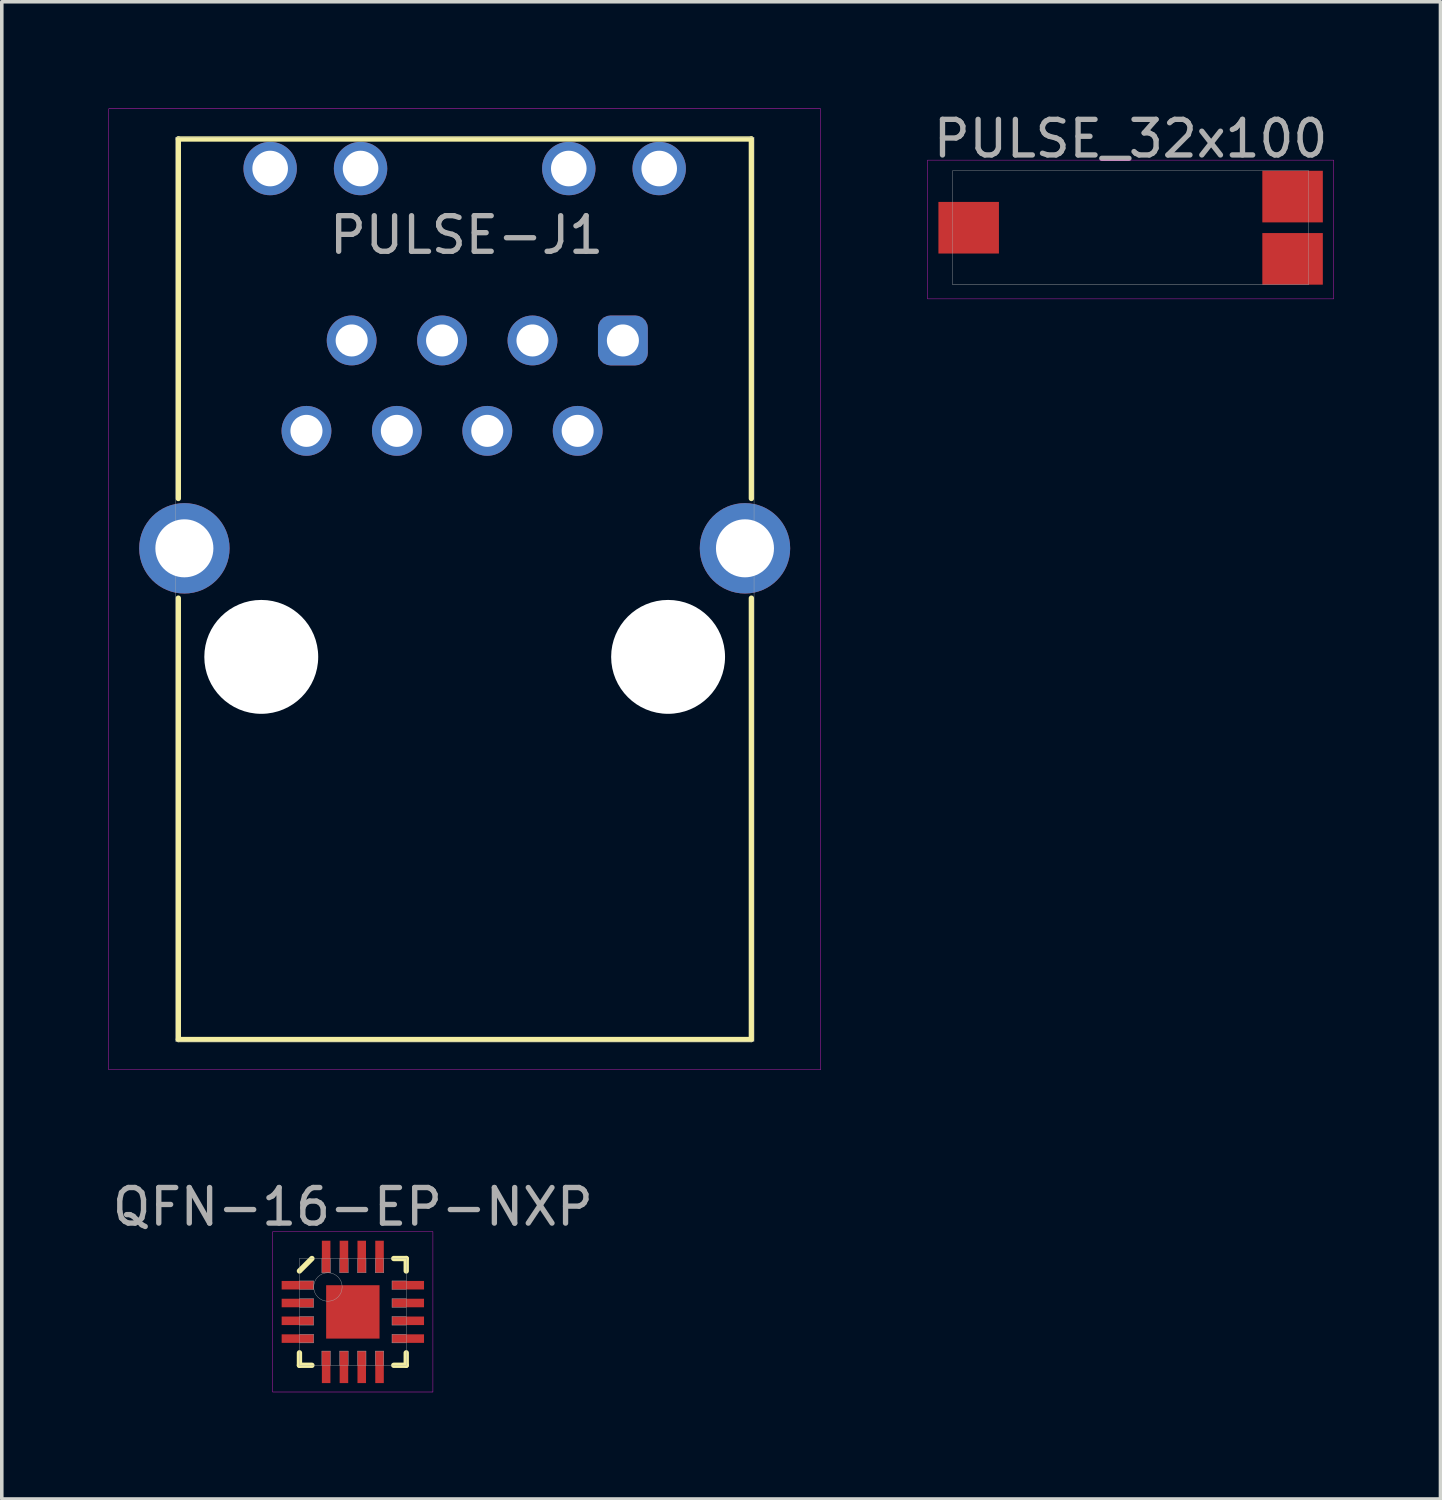
<source format=kicad_pcb>
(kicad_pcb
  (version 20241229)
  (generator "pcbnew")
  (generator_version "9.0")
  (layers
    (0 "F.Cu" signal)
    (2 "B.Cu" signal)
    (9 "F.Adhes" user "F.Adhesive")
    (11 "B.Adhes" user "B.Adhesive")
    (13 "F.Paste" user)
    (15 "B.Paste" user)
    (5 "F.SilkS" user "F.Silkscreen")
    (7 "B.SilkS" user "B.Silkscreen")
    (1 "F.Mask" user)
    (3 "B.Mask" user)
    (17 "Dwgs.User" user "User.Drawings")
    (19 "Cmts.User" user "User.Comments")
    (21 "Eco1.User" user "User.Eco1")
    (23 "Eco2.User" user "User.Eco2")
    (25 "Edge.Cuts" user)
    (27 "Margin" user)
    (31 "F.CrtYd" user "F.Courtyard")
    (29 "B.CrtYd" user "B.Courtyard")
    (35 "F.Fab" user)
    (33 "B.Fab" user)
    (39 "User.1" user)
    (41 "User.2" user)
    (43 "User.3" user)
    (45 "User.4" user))
  (footprint "PULSE-J1"
    (layer "F.Cu")
    (at 10.005 13.505)
    (property "Reference" "PULSE-J1" (at 0.055 -9.95 0) (layer "F.Fab") (effects (font (size 1 1) (thickness 0.15))))
    (attr through_hole)
    (fp_line (start -8.045 -2.55) (end -8.045 -12.65) (stroke (width 0.15) (type default)) (layer "F.SilkS"))
    (fp_line (start -8.045 12.65) (end -8.045 0.25) (stroke (width 0.15) (type default)) (layer "F.SilkS"))
    (fp_line (start 8.055 -12.65) (end -8.045 -12.65) (stroke (width 0.15) (type default)) (layer "F.SilkS"))
    (fp_line (start 8.055 -12.65) (end 8.055 -2.55) (stroke (width 0.15) (type default)) (layer "F.SilkS"))
    (fp_line (start 8.055 0.25) (end 8.055 12.65) (stroke (width 0.15) (type default)) (layer "F.SilkS"))
    (fp_line (start 8.055 12.65) (end -8.045 12.65) (stroke (width 0.15) (type default)) (layer "F.SilkS"))
    (fp_rect (start -10 -13.5) (end 10 13.5) (stroke (width 0.01) (type default)) (fill no) (layer "F.CrtYd"))
    (fp_line (start -8.13 -12.7) (end -8.13 12.7) (stroke (width 0.01) (type solid)) (layer "F.Fab"))
    (fp_line (start -8.13 -12.7) (end 8.13 -12.7) (stroke (width 0.01) (type solid)) (layer "F.Fab"))
    (fp_line (start -8.13 12.7) (end 8.13 12.7) (stroke (width 0.01) (type solid)) (layer "F.Fab"))
    (fp_line (start 8.13 -12.7) (end 8.13 12.7) (stroke (width 0.01) (type solid)) (layer "F.Fab"))
    (pad "" np_thru_hole circle (at -5.715 1.9) (size 3.2 3.2) (drill 3.2) (layers "*.Cu" "*.Mask"))
    (pad "" np_thru_hole circle (at 5.715 1.9) (size 3.2 3.2) (drill 3.2) (layers "*.Cu" "*.Mask"))
    (pad "1" thru_hole roundrect (at 4.445 -6.99) (size 1.4 1.4) (drill 0.9) (layers "*.Cu" "*.Mask") (roundrect_rratio 0.25))
    (pad "2" thru_hole circle (at 3.175 -4.45) (size 1.4 1.4) (drill 0.9) (layers "*.Cu" "*.Mask"))
    (pad "3" thru_hole circle (at 1.905 -6.99) (size 1.4 1.4) (drill 0.9) (layers "*.Cu" "*.Mask"))
    (pad "4" thru_hole circle (at 0.635 -4.45) (size 1.4 1.4) (drill 0.9) (layers "*.Cu" "*.Mask"))
    (pad "5" thru_hole circle (at -0.635 -6.99) (size 1.4 1.4) (drill 0.9) (layers "*.Cu" "*.Mask"))
    (pad "6" thru_hole circle (at -1.905 -4.45) (size 1.4 1.4) (drill 0.9) (layers "*.Cu" "*.Mask"))
    (pad "7" thru_hole circle (at -3.175 -6.99) (size 1.4 1.4) (drill 0.9) (layers "*.Cu" "*.Mask"))
    (pad "8" thru_hole circle (at -4.445 -4.45) (size 1.4 1.4) (drill 0.9) (layers "*.Cu" "*.Mask"))
    (pad "9" thru_hole circle (at 5.465 -11.82) (size 1.5 1.5) (drill 1) (layers "*.Cu" "*.Mask"))
    (pad "10" thru_hole circle (at 2.925 -11.82) (size 1.5 1.5) (drill 1) (layers "*.Cu" "*.Mask"))
    (pad "11" thru_hole circle (at -2.925 -11.82) (size 1.5 1.5) (drill 1) (layers "*.Cu" "*.Mask"))
    (pad "12" thru_hole circle (at -5.465 -11.82) (size 1.5 1.5) (drill 1) (layers "*.Cu" "*.Mask"))
    (pad "S1" thru_hole circle (at -7.875 -1.15) (size 2.54 2.54) (drill 1.63) (layers "*.Cu" "*.Mask"))
    (pad "S2" thru_hole circle (at 7.875 -1.15) (size 2.54 2.54) (drill 1.63) (layers "*.Cu" "*.Mask")))
  (footprint "PULSE_32x100"
    (layer "F.Cu")
    (at 28.715 3.348)
    (property "Reference" "PULSE_32x100" (at 0 -2.5 0) (layer "F.Fab") (effects (font (size 1 1) (thickness 0.15))))
    (attr through_hole)
    (fp_line (start -5.7 -1.9) (end 5.7 -1.9) (stroke (width 0.01) (type solid)) (layer "F.CrtYd"))
    (fp_line (start -5.7 2) (end -5.7 -1.9) (stroke (width 0.01) (type solid)) (layer "F.CrtYd"))
    (fp_line (start 5.7 -1.9) (end 5.7 2) (stroke (width 0.01) (type solid)) (layer "F.CrtYd"))
    (fp_line (start 5.7 2) (end -5.7 2) (stroke (width 0.01) (type solid)) (layer "F.CrtYd"))
    (fp_line (start -5 -1.6) (end -5 1.6) (stroke (width 0.01) (type solid)) (layer "F.Fab"))
    (fp_line (start -5 1.6) (end 5 1.6) (stroke (width 0.01) (type solid)) (layer "F.Fab"))
    (fp_line (start 5 -1.6) (end -5 -1.6) (stroke (width 0.01) (type solid)) (layer "F.Fab"))
    (fp_line (start 5 1.6) (end 5 -1.6) (stroke (width 0.01) (type solid)) (layer "F.Fab"))
    (pad "1" smd rect (at 4.55 -0.875) (size 1.7 1.45) (layers "F.Cu" "F.Mask" "F.Paste"))
    (pad "2" smd rect (at -4.55 0) (size 1.7 1.45) (layers "F.Cu" "F.Mask" "F.Paste"))
    (pad "2" smd rect (at 4.55 0.875) (size 1.7 1.45) (layers "F.Cu" "F.Mask" "F.Paste")))
  (footprint "QFN-16-EP-NXP"
    (layer "F.Cu")
    (at 6.863 33.808)
    (property "Reference" "QFN-16-EP-NXP" (at 0 -2.95 0) (layer "F.Fab") (effects (font (size 1 1) (thickness 0.15))))
    (attr through_hole)
    (fp_line (start -1.5 -1.15) (end -1.15 -1.5) (stroke (width 0.15) (type solid)) (layer "F.SilkS"))
    (fp_line (start -1.5 1.5) (end -1.5 1.15) (stroke (width 0.15) (type solid)) (layer "F.SilkS"))
    (fp_line (start -1.15 1.5) (end -1.5 1.5) (stroke (width 0.15) (type solid)) (layer "F.SilkS"))
    (fp_line (start 1.15 -1.5) (end 1.5 -1.5) (stroke (width 0.15) (type solid)) (layer "F.SilkS"))
    (fp_line (start 1.15 1.5) (end 1.5 1.5) (stroke (width 0.15) (type solid)) (layer "F.SilkS"))
    (fp_line (start 1.5 -1.5) (end 1.5 -1.15) (stroke (width 0.15) (type solid)) (layer "F.SilkS"))
    (fp_line (start 1.5 1.5) (end 1.5 1.15) (stroke (width 0.15) (type solid)) (layer "F.SilkS"))
    (fp_line (start -2.25 -2.25) (end 2.25 -2.25) (stroke (width 0.01) (type solid)) (layer "F.CrtYd"))
    (fp_line (start -2.25 2.25) (end -2.25 -2.25) (stroke (width 0.01) (type solid)) (layer "F.CrtYd"))
    (fp_line (start 2.25 -2.25) (end 2.25 2.25) (stroke (width 0.01) (type solid)) (layer "F.CrtYd"))
    (fp_line (start 2.25 2.25) (end -2.25 2.25) (stroke (width 0.01) (type solid)) (layer "F.CrtYd"))
    (fp_line (start -1.5 -1.5) (end 1.5 -1.5) (stroke (width 0.01) (type solid)) (layer "F.Fab"))
    (fp_line (start -1.5 -0.63) (end -1.1 -0.63) (stroke (width 0.01) (type solid)) (layer "F.Fab"))
    (fp_line (start -1.5 -0.13) (end -1.1 -0.13) (stroke (width 0.01) (type solid)) (layer "F.Fab"))
    (fp_line (start -1.5 0.37) (end -1.1 0.37) (stroke (width 0.01) (type solid)) (layer "F.Fab"))
    (fp_line (start -1.5 0.87) (end -1.1 0.87) (stroke (width 0.01) (type solid)) (layer "F.Fab"))
    (fp_line (start -1.5 1.5) (end -1.5 -1.5) (stroke (width 0.01) (type solid)) (layer "F.Fab"))
    (fp_line (start -1.1 -0.87) (end -1.5 -0.87) (stroke (width 0.01) (type solid)) (layer "F.Fab"))
    (fp_line (start -1.1 -0.63) (end -1.1 -0.87) (stroke (width 0.01) (type solid)) (layer "F.Fab"))
    (fp_line (start -1.1 -0.37) (end -1.5 -0.37) (stroke (width 0.01) (type solid)) (layer "F.Fab"))
    (fp_line (start -1.1 -0.13) (end -1.1 -0.37) (stroke (width 0.01) (type solid)) (layer "F.Fab"))
    (fp_line (start -1.1 0.13) (end -1.5 0.13) (stroke (width 0.01) (type solid)) (layer "F.Fab"))
    (fp_line (start -1.1 0.37) (end -1.1 0.13) (stroke (width 0.01) (type solid)) (layer "F.Fab"))
    (fp_line (start -1.1 0.63) (end -1.5 0.63) (stroke (width 0.01) (type solid)) (layer "F.Fab"))
    (fp_line (start -1.1 0.87) (end -1.1 0.63) (stroke (width 0.01) (type solid)) (layer "F.Fab"))
    (fp_line (start -0.87 -1.5) (end -0.87 -1.1) (stroke (width 0.01) (type solid)) (layer "F.Fab"))
    (fp_line (start -0.87 -1.1) (end -0.63 -1.1) (stroke (width 0.01) (type solid)) (layer "F.Fab"))
    (fp_line (start -0.87 1.1) (end -0.87 1.5) (stroke (width 0.01) (type solid)) (layer "F.Fab"))
    (fp_line (start -0.63 -1.1) (end -0.63 -1.5) (stroke (width 0.01) (type solid)) (layer "F.Fab"))
    (fp_line (start -0.63 1.1) (end -0.87 1.1) (stroke (width 0.01) (type solid)) (layer "F.Fab"))
    (fp_line (start -0.63 1.5) (end -0.63 1.1) (stroke (width 0.01) (type solid)) (layer "F.Fab"))
    (fp_line (start -0.37 -1.5) (end -0.37 -1.1) (stroke (width 0.01) (type solid)) (layer "F.Fab"))
    (fp_line (start -0.37 -1.1) (end -0.13 -1.1) (stroke (width 0.01) (type solid)) (layer "F.Fab"))
    (fp_line (start -0.37 1.1) (end -0.37 1.5) (stroke (width 0.01) (type solid)) (layer "F.Fab"))
    (fp_line (start -0.13 -1.1) (end -0.13 -1.5) (stroke (width 0.01) (type solid)) (layer "F.Fab"))
    (fp_line (start -0.13 1.1) (end -0.37 1.1) (stroke (width 0.01) (type solid)) (layer "F.Fab"))
    (fp_line (start -0.13 1.5) (end -0.13 1.1) (stroke (width 0.01) (type solid)) (layer "F.Fab"))
    (fp_line (start 0.13 -1.5) (end 0.13 -1.1) (stroke (width 0.01) (type solid)) (layer "F.Fab"))
    (fp_line (start 0.13 -1.1) (end 0.37 -1.1) (stroke (width 0.01) (type solid)) (layer "F.Fab"))
    (fp_line (start 0.13 1.1) (end 0.13 1.5) (stroke (width 0.01) (type solid)) (layer "F.Fab"))
    (fp_line (start 0.37 -1.1) (end 0.37 -1.5) (stroke (width 0.01) (type solid)) (layer "F.Fab"))
    (fp_line (start 0.37 1.1) (end 0.13 1.1) (stroke (width 0.01) (type solid)) (layer "F.Fab"))
    (fp_line (start 0.37 1.5) (end 0.37 1.1) (stroke (width 0.01) (type solid)) (layer "F.Fab"))
    (fp_line (start 0.63 -1.5) (end 0.63 -1.1) (stroke (width 0.01) (type solid)) (layer "F.Fab"))
    (fp_line (start 0.63 -1.1) (end 0.87 -1.1) (stroke (width 0.01) (type solid)) (layer "F.Fab"))
    (fp_line (start 0.63 1.1) (end 0.63 1.5) (stroke (width 0.01) (type solid)) (layer "F.Fab"))
    (fp_line (start 0.87 -1.1) (end 0.87 -1.5) (stroke (width 0.01) (type solid)) (layer "F.Fab"))
    (fp_line (start 0.87 1.1) (end 0.63 1.1) (stroke (width 0.01) (type solid)) (layer "F.Fab"))
    (fp_line (start 0.87 1.5) (end 0.87 1.1) (stroke (width 0.01) (type solid)) (layer "F.Fab"))
    (fp_line (start 1.1 -0.87) (end 1.1 -0.63) (stroke (width 0.01) (type solid)) (layer "F.Fab"))
    (fp_line (start 1.1 -0.63) (end 1.5 -0.63) (stroke (width 0.01) (type solid)) (layer "F.Fab"))
    (fp_line (start 1.1 -0.37) (end 1.1 -0.13) (stroke (width 0.01) (type solid)) (layer "F.Fab"))
    (fp_line (start 1.1 -0.13) (end 1.5 -0.13) (stroke (width 0.01) (type solid)) (layer "F.Fab"))
    (fp_line (start 1.1 0.13) (end 1.1 0.37) (stroke (width 0.01) (type solid)) (layer "F.Fab"))
    (fp_line (start 1.1 0.37) (end 1.5 0.37) (stroke (width 0.01) (type solid)) (layer "F.Fab"))
    (fp_line (start 1.1 0.63) (end 1.1 0.87) (stroke (width 0.01) (type solid)) (layer "F.Fab"))
    (fp_line (start 1.1 0.87) (end 1.5 0.87) (stroke (width 0.01) (type solid)) (layer "F.Fab"))
    (fp_line (start 1.5 -1.5) (end 1.5 1.5) (stroke (width 0.01) (type solid)) (layer "F.Fab"))
    (fp_line (start 1.5 -0.87) (end 1.1 -0.87) (stroke (width 0.01) (type solid)) (layer "F.Fab"))
    (fp_line (start 1.5 -0.37) (end 1.1 -0.37) (stroke (width 0.01) (type solid)) (layer "F.Fab"))
    (fp_line (start 1.5 0.13) (end 1.1 0.13) (stroke (width 0.01) (type solid)) (layer "F.Fab"))
    (fp_line (start 1.5 0.63) (end 1.1 0.63) (stroke (width 0.01) (type solid)) (layer "F.Fab"))
    (fp_line (start 1.5 1.5) (end -1.5 1.5) (stroke (width 0.01) (type solid)) (layer "F.Fab"))
    (fp_circle (center -0.7 -0.7) (end -0.7 -0.3) (stroke (width 0.01) (type solid)) (fill no) (layer "F.Fab"))
    (pad "1" smd rect (at -1.55 -0.75) (size 0.9 0.24) (layers "F.Cu" "F.Mask" "F.Paste"))
    (pad "2" smd rect (at -1.55 -0.25) (size 0.9 0.24) (layers "F.Cu" "F.Mask" "F.Paste"))
    (pad "3" smd rect (at -1.55 0.25) (size 0.9 0.24) (layers "F.Cu" "F.Mask" "F.Paste"))
    (pad "4" smd rect (at -1.55 0.75) (size 0.9 0.24) (layers "F.Cu" "F.Mask" "F.Paste"))
    (pad "5" smd rect (at -0.75 1.55) (size 0.24 0.9) (layers "F.Cu" "F.Mask" "F.Paste"))
    (pad "6" smd rect (at -0.25 1.55) (size 0.24 0.9) (layers "F.Cu" "F.Mask" "F.Paste"))
    (pad "7" smd rect (at 0.25 1.55) (size 0.24 0.9) (layers "F.Cu" "F.Mask" "F.Paste"))
    (pad "8" smd rect (at 0.75 1.55) (size 0.24 0.9) (layers "F.Cu" "F.Mask" "F.Paste"))
    (pad "9" smd rect (at 1.55 0.75) (size 0.9 0.24) (layers "F.Cu" "F.Mask" "F.Paste"))
    (pad "10" smd rect (at 1.55 0.25) (size 0.9 0.24) (layers "F.Cu" "F.Mask" "F.Paste"))
    (pad "11" smd rect (at 1.55 -0.25) (size 0.9 0.24) (layers "F.Cu" "F.Mask" "F.Paste"))
    (pad "12" smd rect (at 1.55 -0.75) (size 0.9 0.24) (layers "F.Cu" "F.Mask" "F.Paste"))
    (pad "13" smd rect (at 0.75 -1.55) (size 0.24 0.9) (layers "F.Cu" "F.Mask" "F.Paste"))
    (pad "14" smd rect (at 0.25 -1.55) (size 0.24 0.9) (layers "F.Cu" "F.Mask" "F.Paste"))
    (pad "15" smd rect (at -0.25 -1.55) (size 0.24 0.9) (layers "F.Cu" "F.Mask" "F.Paste"))
    (pad "16" smd rect (at -0.75 -1.55) (size 0.24 0.9) (layers "F.Cu" "F.Mask" "F.Paste"))
    (pad "EP" smd rect (at -0.305 -0.305) (size 0.3 0.3) (layers "F.Cu" "F.Paste"))
    (pad "EP" smd rect (at -0.305 0.305) (size 0.3 0.3) (layers "F.Cu" "F.Paste"))
    (pad "EP" smd rect (at 0 0) (size 1.5 1.5) (layers "F.Cu" "F.Mask"))
    (pad "EP" smd rect (at 0.305 -0.305) (size 0.3 0.3) (layers "F.Cu" "F.Paste"))
    (pad "EP" smd rect (at 0.305 0.305) (size 0.3 0.3) (layers "F.Cu" "F.Paste")))
  (gr_rect
    (start -3 -3)
    (end 37.42 39.063)
    (stroke (width 0.1) (type default))
    (fill no)
    (layer "Edge.Cuts")))
</source>
